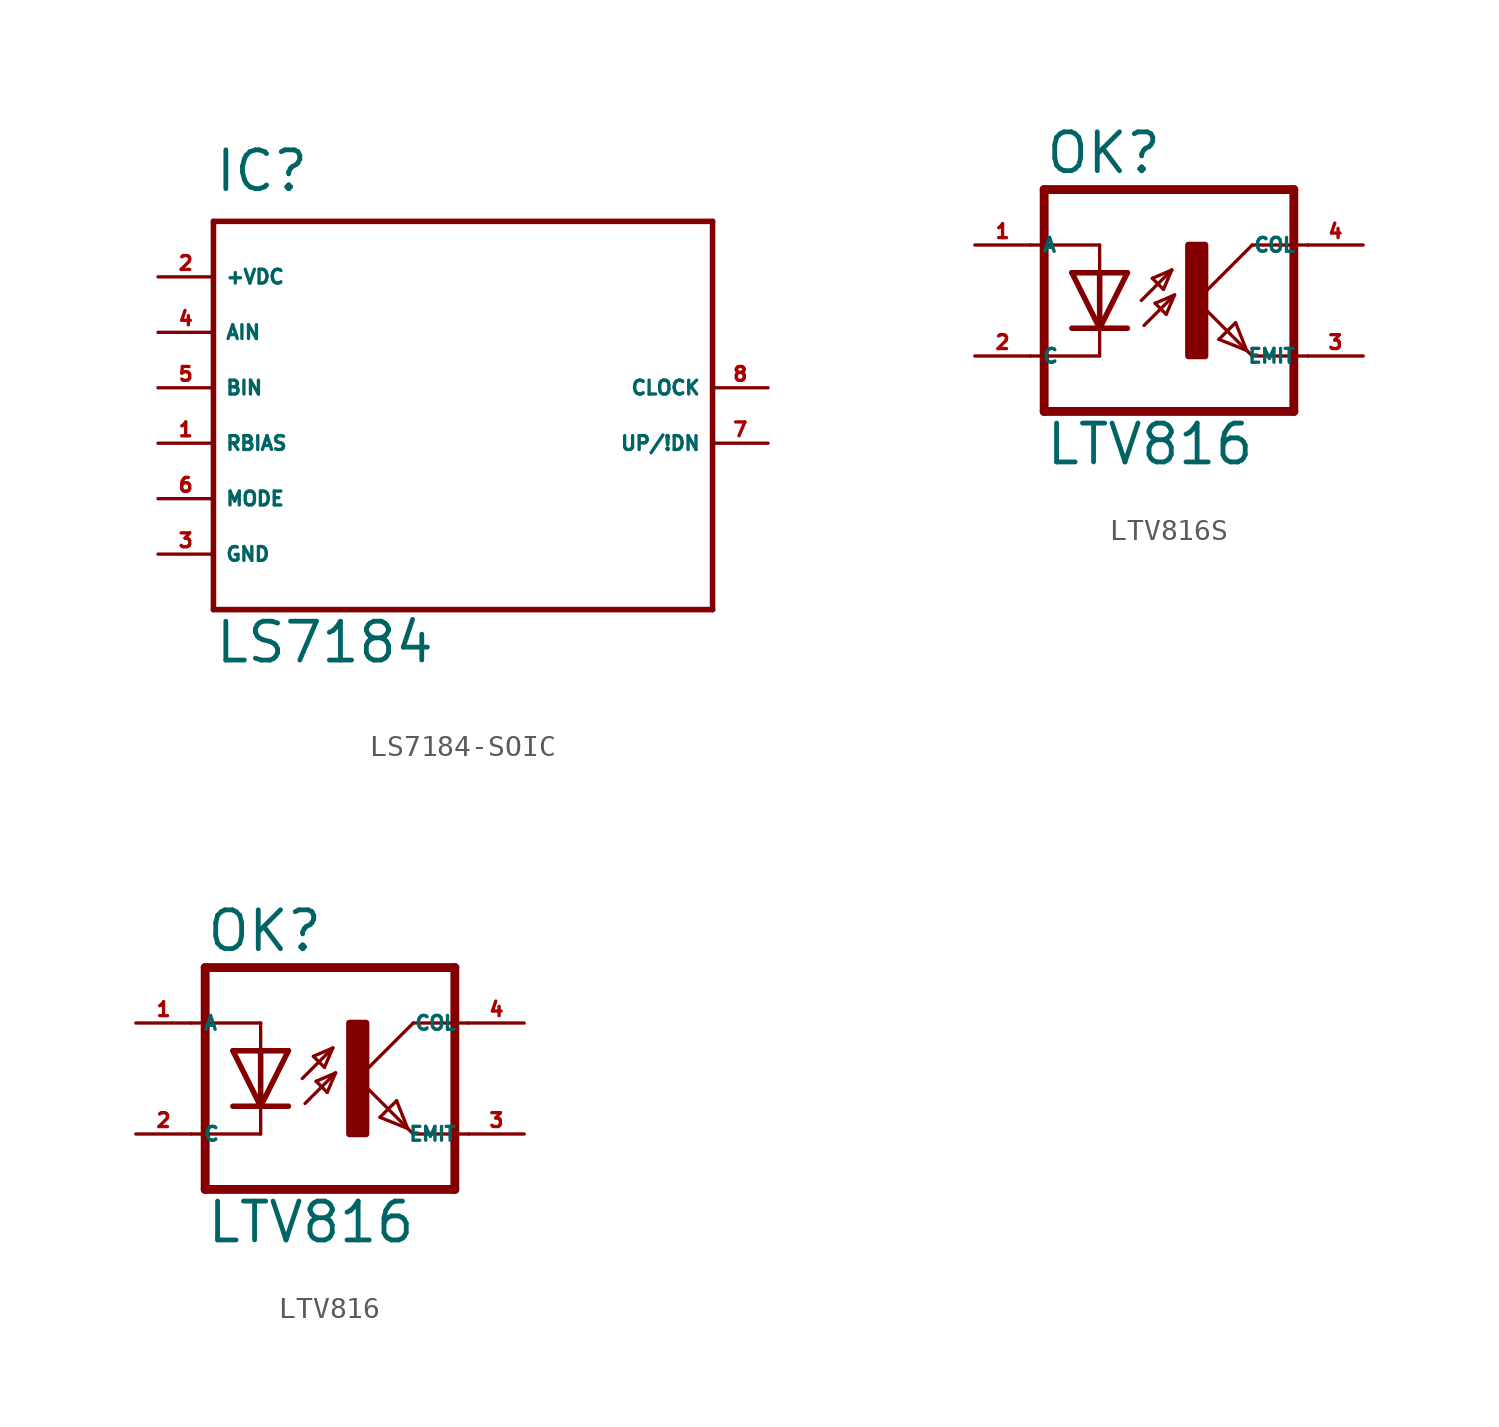
<source format=kicad_sym>
(kicad_symbol_lib
  (version 20220914)
  (generator kicad_symbol_editor)
  (symbol "LS7184-SOIC"
    (property "Reference" "IC"
      (at -10.16 11.43 0)
      (effects (font (size 1.778 1.778) (thickness 0.22)) (justify left bottom)))
    (property "Value" "LS7184"
      (at -10.16 -10.16 0)
      (effects (font (size 1.778 1.778) (thickness 0.22)) (justify left bottom)))
    (symbol "LS7184-SOIC_1_1"
      (polyline (pts (xy -10.16 -7.62) (xy -10.16 10.16)) (stroke (width 0.254) (type default)) (fill (type none)))
      (polyline (pts (xy -10.16 10.16) (xy 12.7 10.16)) (stroke (width 0.254) (type default)) (fill (type none)))
      (polyline (pts (xy 12.7 -7.62) (xy -10.16 -7.62)) (stroke (width 0.254) (type default)) (fill (type none)))
      (polyline (pts (xy 12.7 10.16) (xy 12.7 -7.62)) (stroke (width 0.254) (type default)) (fill (type none)))
      (pin input line (at -12.7 0 0) (length 2.54) (name "RBIAS" (effects (font (size 0.635 0.635)))) (number "1" (effects (font (size 0.635 0.635)))))
      (pin input line (at -12.7 7.62 0) (length 2.54) (name "+VDC" (effects (font (size 0.635 0.635)))) (number "2" (effects (font (size 0.635 0.635)))))
      (pin unspecified line (at -12.7 -5.08 0) (length 2.54) (name "GND" (effects (font (size 0.635 0.635)))) (number "3" (effects (font (size 0.635 0.635)))))
      (pin input line (at -12.7 5.08 0) (length 2.54) (name "AIN" (effects (font (size 0.635 0.635)))) (number "4" (effects (font (size 0.635 0.635)))))
      (pin input line (at -12.7 2.54 0) (length 2.54) (name "BIN" (effects (font (size 0.635 0.635)))) (number "5" (effects (font (size 0.635 0.635)))))
      (pin input line (at -12.7 -2.54 0) (length 2.54) (name "MODE" (effects (font (size 0.635 0.635)))) (number "6" (effects (font (size 0.635 0.635)))))
      (pin input line (at 15.24 0 180) (length 2.54) (name "UP/!DN" (effects (font (size 0.635 0.635)))) (number "7" (effects (font (size 0.635 0.635)))))
      (pin input line (at 15.24 2.54 180) (length 2.54) (name "CLOCK" (effects (font (size 0.635 0.635)))) (number "8" (effects (font (size 0.635 0.635)))))))
  (symbol "LTV816S"
    (property "Reference" "OK"
      (at -6.985 5.715 0)
      (effects (font (size 1.778 1.778) (thickness 0.22)) (justify left bottom)))
    (property "Value" "LTV816"
      (at -6.985 -7.62 0)
      (effects (font (size 1.778 1.778) (thickness 0.22)) (justify left bottom)))
    (symbol "LTV816S_1_1"
      (rectangle (start -0.381 -2.54) (end 0.381 2.54) (stroke (width 0.3) (type default)) (fill (type outline)))
      (polyline (pts (xy -6.985 -5.08) (xy 4.445 -5.08)) (stroke (width 0.406) (type default)) (fill (type none)))
      (polyline (pts (xy -6.985 5.08) (xy -6.985 -5.08)) (stroke (width 0.406) (type default)) (fill (type none)))
      (polyline (pts (xy -6.985 5.08) (xy 4.445 5.08)) (stroke (width 0.406) (type default)) (fill (type none)))
      (polyline (pts (xy -4.445 -2.54) (xy -7.62 -2.54)) (stroke (width 0.152) (type default)) (fill (type none)))
      (polyline (pts (xy -4.445 -1.27) (xy -5.715 -1.27)) (stroke (width 0.254) (type default)) (fill (type none)))
      (polyline (pts (xy -4.445 -1.27) (xy -5.715 1.27)) (stroke (width 0.254) (type default)) (fill (type none)))
      (polyline (pts (xy -4.445 -1.27) (xy -4.445 -2.54)) (stroke (width 0.152) (type default)) (fill (type none)))
      (polyline (pts (xy -4.445 1.27) (xy -5.715 1.27)) (stroke (width 0.254) (type default)) (fill (type none)))
      (polyline (pts (xy -4.445 1.27) (xy -4.445 -1.27)) (stroke (width 0.254) (type default)) (fill (type none)))
      (polyline (pts (xy -4.445 2.54) (xy -7.62 2.54)) (stroke (width 0.152) (type default)) (fill (type none)))
      (polyline (pts (xy -4.445 2.54) (xy -4.445 1.27)) (stroke (width 0.152) (type default)) (fill (type none)))
      (polyline (pts (xy -3.175 -1.27) (xy -4.445 -1.27)) (stroke (width 0.254) (type default)) (fill (type none)))
      (polyline (pts (xy -3.175 1.27) (xy -4.445 -1.27)) (stroke (width 0.254) (type default)) (fill (type none)))
      (polyline (pts (xy -3.175 1.27) (xy -4.445 1.27)) (stroke (width 0.254) (type default)) (fill (type none)))
      (polyline (pts (xy -2.54 0) (xy -1.143 1.397)) (stroke (width 0.152) (type default)) (fill (type none)))
      (polyline (pts (xy -2.413 -1.143) (xy -1.016 0.254)) (stroke (width 0.152) (type default)) (fill (type none)))
      (polyline (pts (xy -2.032 1.016) (xy -1.524 0.508)) (stroke (width 0.152) (type default)) (fill (type none)))
      (polyline (pts (xy -1.905 -0.127) (xy -1.397 -0.635)) (stroke (width 0.152) (type default)) (fill (type none)))
      (polyline (pts (xy -1.524 0.508) (xy -1.143 1.397)) (stroke (width 0.152) (type default)) (fill (type none)))
      (polyline (pts (xy -1.397 -0.635) (xy -1.016 0.254)) (stroke (width 0.152) (type default)) (fill (type none)))
      (polyline (pts (xy -1.143 1.397) (xy -2.032 1.016)) (stroke (width 0.152) (type default)) (fill (type none)))
      (polyline (pts (xy -1.016 0.254) (xy -1.905 -0.127)) (stroke (width 0.152) (type default)) (fill (type none)))
      (polyline (pts (xy 0 0) (xy 2.286 -2.286)) (stroke (width 0.152) (type default)) (fill (type none)))
      (polyline (pts (xy 1.016 -1.778) (xy 1.778 -1.016)) (stroke (width 0.152) (type default)) (fill (type none)))
      (polyline (pts (xy 1.778 -1.016) (xy 2.286 -2.286)) (stroke (width 0.152) (type default)) (fill (type none)))
      (polyline (pts (xy 2.286 -2.286) (xy 1.016 -1.778)) (stroke (width 0.152) (type default)) (fill (type none)))
      (polyline (pts (xy 2.286 -2.286) (xy 2.54 -2.54)) (stroke (width 0.152) (type default)) (fill (type none)))
      (polyline (pts (xy 2.54 -2.54) (xy 5.08 -2.54)) (stroke (width 0.152) (type default)) (fill (type none)))
      (polyline (pts (xy 2.54 2.54) (xy 0 0)) (stroke (width 0.152) (type default)) (fill (type none)))
      (polyline (pts (xy 2.54 2.54) (xy 5.08 2.54)) (stroke (width 0.152) (type default)) (fill (type none)))
      (polyline (pts (xy 4.445 5.08) (xy 4.445 -5.08)) (stroke (width 0.406) (type default)) (fill (type none)))
      (pin passive line (at -10.16 2.54 0) (length 2.54) (name "A" (effects (font (size 0.635 0.635)))) (number "1" (effects (font (size 0.635 0.635)))))
      (pin passive line (at -10.16 -2.54 0) (length 2.54) (name "C" (effects (font (size 0.635 0.635)))) (number "2" (effects (font (size 0.635 0.635)))))
      (pin passive line (at 7.62 -2.54 180) (length 2.54) (name "EMIT" (effects (font (size 0.635 0.635)))) (number "3" (effects (font (size 0.635 0.635)))))
      (pin passive line (at 7.62 2.54 180) (length 2.54) (name "COL" (effects (font (size 0.635 0.635)))) (number "4" (effects (font (size 0.635 0.635)))))))
  (symbol "LTV816"
    (property "Reference" "OK"
      (at -6.985 5.715 0)
      (effects (font (size 1.778 1.778) (thickness 0.22)) (justify left bottom)))
    (property "Value" "LTV816"
      (at -6.985 -7.62 0)
      (effects (font (size 1.778 1.778) (thickness 0.22)) (justify left bottom)))
    (symbol "LTV816_1_1"
      (rectangle (start -0.381 -2.54) (end 0.381 2.54) (stroke (width 0.3) (type default)) (fill (type outline)))
      (polyline (pts (xy -6.985 -5.08) (xy 4.445 -5.08)) (stroke (width 0.406) (type default)) (fill (type none)))
      (polyline (pts (xy -6.985 5.08) (xy -6.985 -5.08)) (stroke (width 0.406) (type default)) (fill (type none)))
      (polyline (pts (xy -6.985 5.08) (xy 4.445 5.08)) (stroke (width 0.406) (type default)) (fill (type none)))
      (polyline (pts (xy -4.445 -2.54) (xy -7.62 -2.54)) (stroke (width 0.152) (type default)) (fill (type none)))
      (polyline (pts (xy -4.445 -1.27) (xy -5.715 -1.27)) (stroke (width 0.254) (type default)) (fill (type none)))
      (polyline (pts (xy -4.445 -1.27) (xy -5.715 1.27)) (stroke (width 0.254) (type default)) (fill (type none)))
      (polyline (pts (xy -4.445 -1.27) (xy -4.445 -2.54)) (stroke (width 0.152) (type default)) (fill (type none)))
      (polyline (pts (xy -4.445 1.27) (xy -5.715 1.27)) (stroke (width 0.254) (type default)) (fill (type none)))
      (polyline (pts (xy -4.445 1.27) (xy -4.445 -1.27)) (stroke (width 0.254) (type default)) (fill (type none)))
      (polyline (pts (xy -4.445 2.54) (xy -7.62 2.54)) (stroke (width 0.152) (type default)) (fill (type none)))
      (polyline (pts (xy -4.445 2.54) (xy -4.445 1.27)) (stroke (width 0.152) (type default)) (fill (type none)))
      (polyline (pts (xy -3.175 -1.27) (xy -4.445 -1.27)) (stroke (width 0.254) (type default)) (fill (type none)))
      (polyline (pts (xy -3.175 1.27) (xy -4.445 -1.27)) (stroke (width 0.254) (type default)) (fill (type none)))
      (polyline (pts (xy -3.175 1.27) (xy -4.445 1.27)) (stroke (width 0.254) (type default)) (fill (type none)))
      (polyline (pts (xy -2.54 0) (xy -1.143 1.397)) (stroke (width 0.152) (type default)) (fill (type none)))
      (polyline (pts (xy -2.413 -1.143) (xy -1.016 0.254)) (stroke (width 0.152) (type default)) (fill (type none)))
      (polyline (pts (xy -2.032 1.016) (xy -1.524 0.508)) (stroke (width 0.152) (type default)) (fill (type none)))
      (polyline (pts (xy -1.905 -0.127) (xy -1.397 -0.635)) (stroke (width 0.152) (type default)) (fill (type none)))
      (polyline (pts (xy -1.524 0.508) (xy -1.143 1.397)) (stroke (width 0.152) (type default)) (fill (type none)))
      (polyline (pts (xy -1.397 -0.635) (xy -1.016 0.254)) (stroke (width 0.152) (type default)) (fill (type none)))
      (polyline (pts (xy -1.143 1.397) (xy -2.032 1.016)) (stroke (width 0.152) (type default)) (fill (type none)))
      (polyline (pts (xy -1.016 0.254) (xy -1.905 -0.127)) (stroke (width 0.152) (type default)) (fill (type none)))
      (polyline (pts (xy 0 0) (xy 2.286 -2.286)) (stroke (width 0.152) (type default)) (fill (type none)))
      (polyline (pts (xy 1.016 -1.778) (xy 1.778 -1.016)) (stroke (width 0.152) (type default)) (fill (type none)))
      (polyline (pts (xy 1.778 -1.016) (xy 2.286 -2.286)) (stroke (width 0.152) (type default)) (fill (type none)))
      (polyline (pts (xy 2.286 -2.286) (xy 1.016 -1.778)) (stroke (width 0.152) (type default)) (fill (type none)))
      (polyline (pts (xy 2.286 -2.286) (xy 2.54 -2.54)) (stroke (width 0.152) (type default)) (fill (type none)))
      (polyline (pts (xy 2.54 -2.54) (xy 5.08 -2.54)) (stroke (width 0.152) (type default)) (fill (type none)))
      (polyline (pts (xy 2.54 2.54) (xy 0 0)) (stroke (width 0.152) (type default)) (fill (type none)))
      (polyline (pts (xy 2.54 2.54) (xy 5.08 2.54)) (stroke (width 0.152) (type default)) (fill (type none)))
      (polyline (pts (xy 4.445 5.08) (xy 4.445 -5.08)) (stroke (width 0.406) (type default)) (fill (type none)))
      (pin passive line (at -10.16 2.54 0) (length 2.54) (name "A" (effects (font (size 0.635 0.635)))) (number "1" (effects (font (size 0.635 0.635)))))
      (pin passive line (at -10.16 -2.54 0) (length 2.54) (name "C" (effects (font (size 0.635 0.635)))) (number "2" (effects (font (size 0.635 0.635)))))
      (pin passive line (at 7.62 -2.54 180) (length 2.54) (name "EMIT" (effects (font (size 0.635 0.635)))) (number "3" (effects (font (size 0.635 0.635)))))
      (pin passive line (at 7.62 2.54 180) (length 2.54) (name "COL" (effects (font (size 0.635 0.635)))) (number "4" (effects (font (size 0.635 0.635))))))))
</source>
